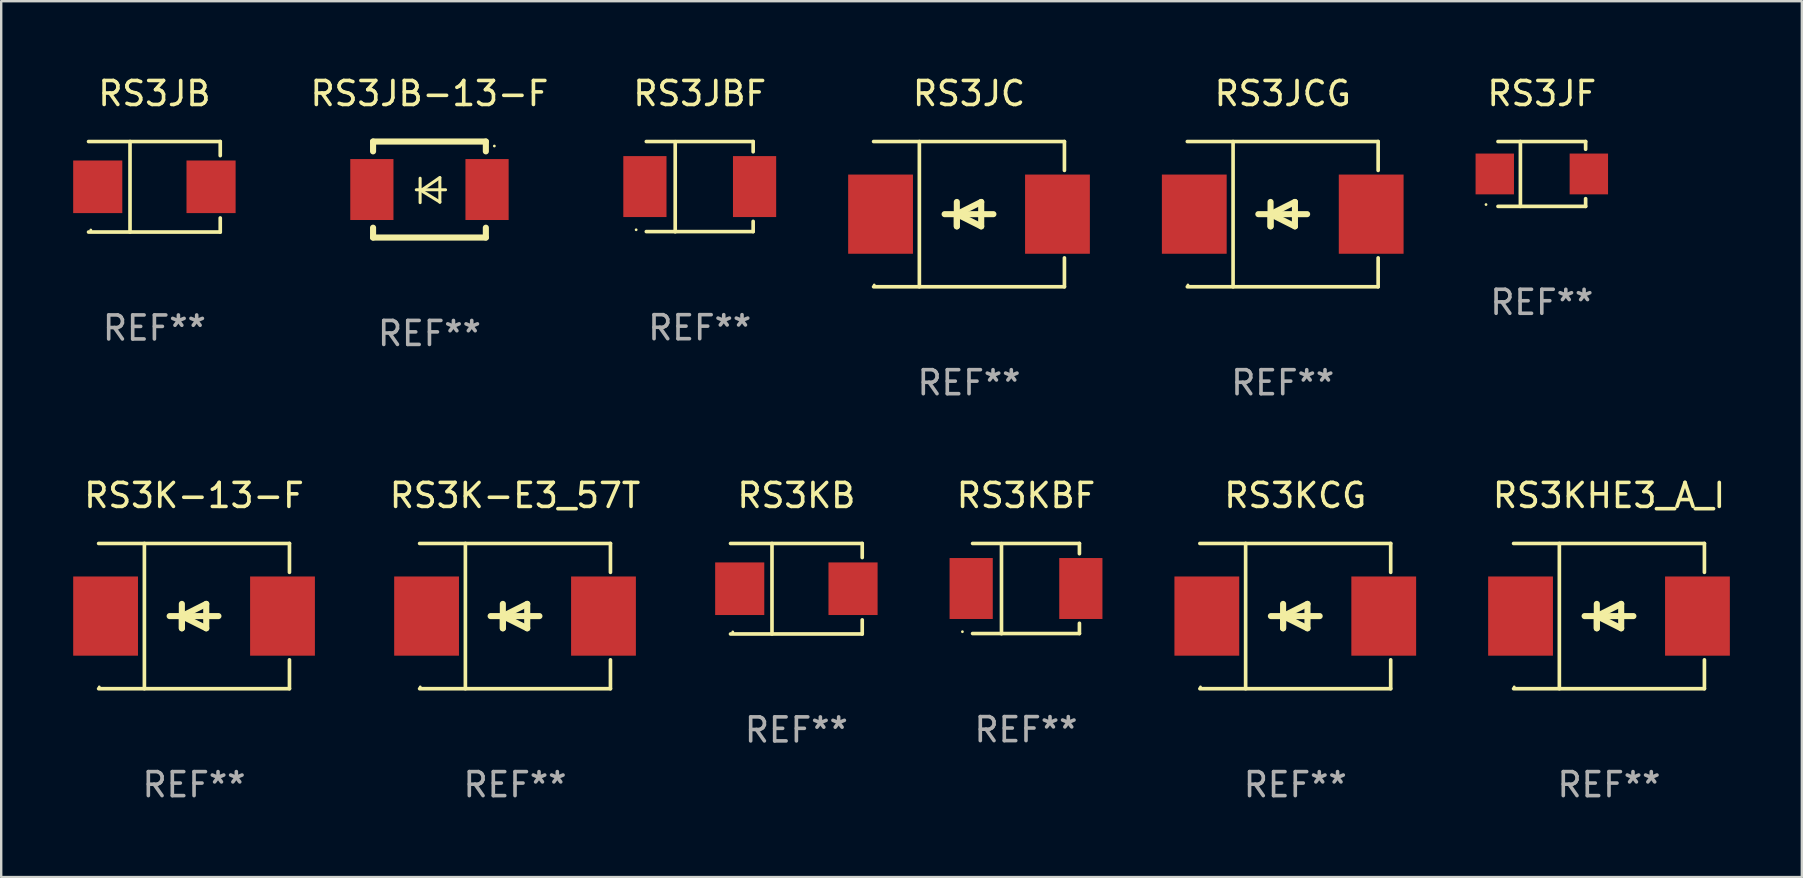
<source format=kicad_pcb>
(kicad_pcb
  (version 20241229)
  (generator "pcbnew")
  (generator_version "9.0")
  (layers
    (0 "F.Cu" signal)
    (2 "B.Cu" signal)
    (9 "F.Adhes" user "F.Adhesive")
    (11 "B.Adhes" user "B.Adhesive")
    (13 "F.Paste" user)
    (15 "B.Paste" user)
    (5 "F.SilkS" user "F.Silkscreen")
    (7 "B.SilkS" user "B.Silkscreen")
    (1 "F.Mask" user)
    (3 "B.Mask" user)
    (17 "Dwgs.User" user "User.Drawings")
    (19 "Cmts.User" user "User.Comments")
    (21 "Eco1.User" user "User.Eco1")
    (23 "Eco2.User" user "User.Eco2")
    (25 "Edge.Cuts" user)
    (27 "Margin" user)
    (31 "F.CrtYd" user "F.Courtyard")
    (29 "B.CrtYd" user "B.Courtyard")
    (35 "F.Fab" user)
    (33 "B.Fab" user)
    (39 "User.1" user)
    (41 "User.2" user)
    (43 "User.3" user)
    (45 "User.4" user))
  (footprint "RS3JF"
    (layer "F.Cu")
    (at 61.199 4.199)
    (property "Reference" "RS3JF" (at 0 -3.351 0) (layer "F.SilkS") (effects (font (size 1 1) (thickness 0.15))))
    (attr through_hole)
    (fp_line (start -1.826 -1.351) (end 1.826 -1.351) (stroke (width 0.152) (type solid)) (layer "F.SilkS"))
    (fp_line (start -1.826 1.351) (end 1.826 1.351) (stroke (width 0.152) (type solid)) (layer "F.SilkS"))
    (fp_line (start -0.892 -1.351) (end -0.892 1.351) (stroke (width 0.152) (type solid)) (layer "F.SilkS"))
    (fp_line (start 1.826 -1.351) (end 1.826 -1.03) (stroke (width 0.152) (type solid)) (layer "F.SilkS"))
    (fp_line (start 1.826 1.03) (end 1.826 1.351) (stroke (width 0.152) (type solid)) (layer "F.SilkS"))
    (fp_circle (center -2.325 1.275) (end -2.295 1.275) (stroke (width 0.06) (type solid)) (fill no) (layer "F.SilkS"))
    (fp_text user "REF**" (at 0 5.351 0) (layer "F.Fab") (effects (font (size 1 1) (thickness 0.15))))
    (pad "1" smd rect (at -1.96 0 180) (size 1.6 1.7) (layers "F.Cu" "F.Mask" "F.Paste"))
    (pad "2" smd rect (at 1.96 0 180) (size 1.6 1.7) (layers "F.Cu" "F.Mask" "F.Paste")))
  (footprint "RS3JBF"
    (layer "F.Cu")
    (at 26.109 4.728)
    (property "Reference" "RS3JBF" (at 0 -3.88 0) (layer "F.SilkS") (effects (font (size 1 1) (thickness 0.15))))
    (attr through_hole)
    (fp_line (start -2.226 -1.88) (end 2.226 -1.88) (stroke (width 0.152) (type solid)) (layer "F.SilkS"))
    (fp_line (start -2.226 1.873) (end 2.226 1.873) (stroke (width 0.152) (type solid)) (layer "F.SilkS"))
    (fp_line (start -1.022 -1.873) (end -1.022 1.88) (stroke (width 0.152) (type solid)) (layer "F.SilkS"))
    (fp_line (start 2.226 -1.88) (end 2.226 -1.453) (stroke (width 0.152) (type solid)) (layer "F.SilkS"))
    (fp_line (start 2.226 1.447) (end 2.226 1.873) (stroke (width 0.152) (type solid)) (layer "F.SilkS"))
    (fp_circle (center -2.65 1.797) (end -2.62 1.797) (stroke (width 0.06) (type solid)) (fill no) (layer "F.SilkS"))
    (fp_text user "REF**" (at 0 5.88 0) (layer "F.Fab") (effects (font (size 1 1) (thickness 0.15))))
    (pad "1" smd rect (at -2.285 -0.003) (size 1.8 2.54) (layers "F.Cu" "F.Mask" "F.Paste"))
    (pad "2" smd rect (at 2.285 -0.003) (size 1.8 2.54) (layers "F.Cu" "F.Mask" "F.Paste")))
  (footprint "RS3KBF"
    (layer "F.Cu")
    (at 39.705 21.477)
    (property "Reference" "RS3KBF" (at 0 -3.88 0) (layer "F.SilkS") (effects (font (size 1 1) (thickness 0.15))))
    (attr through_hole)
    (fp_line (start -2.226 -1.88) (end 2.226 -1.88) (stroke (width 0.152) (type solid)) (layer "F.SilkS"))
    (fp_line (start -2.226 1.873) (end 2.226 1.873) (stroke (width 0.152) (type solid)) (layer "F.SilkS"))
    (fp_line (start -1.022 -1.873) (end -1.022 1.88) (stroke (width 0.152) (type solid)) (layer "F.SilkS"))
    (fp_line (start 2.226 -1.88) (end 2.226 -1.453) (stroke (width 0.152) (type solid)) (layer "F.SilkS"))
    (fp_line (start 2.226 1.447) (end 2.226 1.873) (stroke (width 0.152) (type solid)) (layer "F.SilkS"))
    (fp_circle (center -2.65 1.797) (end -2.62 1.797) (stroke (width 0.06) (type solid)) (fill no) (layer "F.SilkS"))
    (fp_text user "REF**" (at 0 5.88 0) (layer "F.Fab") (effects (font (size 1 1) (thickness 0.15))))
    (pad "1" smd rect (at -2.285 -0.003) (size 1.8 2.54) (layers "F.Cu" "F.Mask" "F.Paste"))
    (pad "2" smd rect (at 2.285 -0.003) (size 1.8 2.54) (layers "F.Cu" "F.Mask" "F.Paste")))
  (footprint "RS3KHE3_A_I"
    (layer "F.Cu")
    (at 63.999 22.623)
    (property "Reference" "RS3KHE3_A_I" (at 0 -5.026 0) (layer "F.SilkS") (effects (font (size 1 1) (thickness 0.15))))
    (attr through_hole)
    (fp_line (start -3.976 -3.026) (end 3.976 -3.026) (stroke (width 0.152) (type solid)) (layer "F.SilkS"))
    (fp_line (start -3.976 3.026) (end 3.976 3.026) (stroke (width 0.152) (type solid)) (layer "F.SilkS"))
    (fp_line (start -2.069 -3.026) (end -2.069 3.026) (stroke (width 0.152) (type solid)) (layer "F.SilkS"))
    (fp_line (start -0.508 0) (end -0.508 0.508) (stroke (width 0.254) (type solid)) (layer "F.SilkS"))
    (fp_line (start -0.508 0) (end 0.508 0.508) (stroke (width 0.254) (type solid)) (layer "F.SilkS"))
    (fp_line (start -0.508 0.508) (end -0.508 -0.508) (stroke (width 0.254) (type solid)) (layer "F.SilkS"))
    (fp_line (start 0.508 -0.508) (end -0.508 0) (stroke (width 0.254) (type solid)) (layer "F.SilkS"))
    (fp_line (start 0.508 0.508) (end 0.508 -0.508) (stroke (width 0.254) (type solid)) (layer "F.SilkS"))
    (fp_line (start 1.016 0) (end -1.016 0) (stroke (width 0.254) (type solid)) (layer "F.SilkS"))
    (fp_line (start 3.976 -3.026) (end 3.976 -1.823) (stroke (width 0.152) (type solid)) (layer "F.SilkS"))
    (fp_line (start 3.976 3.026) (end 3.976 1.823) (stroke (width 0.152) (type solid)) (layer "F.SilkS"))
    (fp_circle (center -3.95 2.95) (end -3.92 2.95) (stroke (width 0.06) (type solid)) (fill no) (layer "F.SilkS"))
    (fp_text user "REF**" (at 0 7.026 0) (layer "F.Fab") (effects (font (size 1 1) (thickness 0.15))))
    (pad "1" smd rect (at -3.686 0) (size 2.7 3.3) (layers "F.Cu" "F.Mask" "F.Paste"))
    (pad "2" smd rect (at 3.686 0) (size 2.7 3.3) (layers "F.Cu" "F.Mask" "F.Paste")))
  (footprint "RS3KB"
    (layer "F.Cu")
    (at 30.136 21.483)
    (property "Reference" "RS3KB" (at 0 -3.886 0) (layer "F.SilkS") (effects (font (size 1 1) (thickness 0.15))))
    (attr through_hole)
    (fp_line (start -2.744 -1.886) (end 2.744 -1.886) (stroke (width 0.152) (type solid)) (layer "F.SilkS"))
    (fp_line (start -2.744 1.886) (end 2.744 1.886) (stroke (width 0.152) (type solid)) (layer "F.SilkS"))
    (fp_line (start -1.016 -1.886) (end -1.016 1.886) (stroke (width 0.152) (type solid)) (layer "F.SilkS"))
    (fp_line (start 2.744 -1.886) (end 2.744 -1.299) (stroke (width 0.152) (type solid)) (layer "F.SilkS"))
    (fp_line (start 2.744 1.886) (end 2.744 1.299) (stroke (width 0.152) (type solid)) (layer "F.SilkS"))
    (fp_circle (center -2.65 1.8) (end -2.62 1.8) (stroke (width 0.06) (type solid)) (fill no) (layer "F.SilkS"))
    (fp_text user "REF**" (at 0 5.886 0) (layer "F.Fab") (effects (font (size 1 1) (thickness 0.15))))
    (pad "1" smd rect (at -2.361 0) (size 2.047 2.192) (layers "F.Cu" "F.Mask" "F.Paste"))
    (pad "2" smd rect (at 2.361 0) (size 2.047 2.192) (layers "F.Cu" "F.Mask" "F.Paste")))
  (footprint "RS3JB-13-F"
    (layer "F.Cu")
    (at 14.846 4.848)
    (property "Reference" "RS3JB-13-F" (at 0 -4 0) (layer "F.SilkS") (effects (font (size 1 1) (thickness 0.15))))
    (attr through_hole)
    (fp_line (start -2.35 -2) (end -2.35 -1.591) (stroke (width 0.254) (type solid)) (layer "F.SilkS"))
    (fp_line (start -2.35 -2) (end 2.35 -2) (stroke (width 0.254) (type solid)) (layer "F.SilkS"))
    (fp_line (start -2.35 1.591) (end -2.35 2) (stroke (width 0.254) (type solid)) (layer "F.SilkS"))
    (fp_line (start -2.35 2) (end 2.35 2) (stroke (width 0.254) (type solid)) (layer "F.SilkS"))
    (fp_line (start -0.548 0.01) (end 0.671 0.01) (stroke (width 0.127) (type solid)) (layer "F.SilkS"))
    (fp_line (start -0.389 -0.47) (end -0.389 0.546) (stroke (width 0.127) (type solid)) (layer "F.SilkS"))
    (fp_line (start -0.35 0.04) (end 0.433 0.52) (stroke (width 0.127) (type solid)) (layer "F.SilkS"))
    (fp_line (start 0.433 -0.5) (end -0.35 0.04) (stroke (width 0.127) (type solid)) (layer "F.SilkS"))
    (fp_line (start 0.433 0.53) (end 0.433 -0.486) (stroke (width 0.127) (type solid)) (layer "F.SilkS"))
    (fp_line (start 2.35 -2) (end 2.35 -1.591) (stroke (width 0.254) (type solid)) (layer "F.SilkS"))
    (fp_line (start 2.35 1.591) (end 2.35 2) (stroke (width 0.254) (type solid)) (layer "F.SilkS"))
    (fp_circle (center 2.704 -1.813) (end 2.734 -1.813) (stroke (width 0.06) (type solid)) (fill no) (layer "F.SilkS"))
    (fp_text user "REF**" (at 0 6 0) (layer "F.Fab") (effects (font (size 1 1) (thickness 0.15))))
    (pad "1" smd rect (at 2.4 0) (size 1.8 2.54) (layers "F.Cu" "F.Mask" "F.Paste"))
    (pad "2" smd rect (at -2.4 0) (size 1.8 2.54) (layers "F.Cu" "F.Mask" "F.Paste")))
  (footprint "RS3KCG"
    (layer "F.Cu")
    (at 50.926 22.623)
    (property "Reference" "RS3KCG" (at 0 -5.026 0) (layer "F.SilkS") (effects (font (size 1 1) (thickness 0.15))))
    (attr through_hole)
    (fp_line (start -3.976 -3.026) (end 3.976 -3.026) (stroke (width 0.152) (type solid)) (layer "F.SilkS"))
    (fp_line (start -3.976 3.026) (end 3.976 3.026) (stroke (width 0.152) (type solid)) (layer "F.SilkS"))
    (fp_line (start -2.069 -3.026) (end -2.069 3.026) (stroke (width 0.152) (type solid)) (layer "F.SilkS"))
    (fp_line (start -0.508 0) (end -0.508 0.508) (stroke (width 0.254) (type solid)) (layer "F.SilkS"))
    (fp_line (start -0.508 0) (end 0.508 0.508) (stroke (width 0.254) (type solid)) (layer "F.SilkS"))
    (fp_line (start -0.508 0.508) (end -0.508 -0.508) (stroke (width 0.254) (type solid)) (layer "F.SilkS"))
    (fp_line (start 0.508 -0.508) (end -0.508 0) (stroke (width 0.254) (type solid)) (layer "F.SilkS"))
    (fp_line (start 0.508 0.508) (end 0.508 -0.508) (stroke (width 0.254) (type solid)) (layer "F.SilkS"))
    (fp_line (start 1.016 0) (end -1.016 0) (stroke (width 0.254) (type solid)) (layer "F.SilkS"))
    (fp_line (start 3.976 -3.026) (end 3.976 -1.823) (stroke (width 0.152) (type solid)) (layer "F.SilkS"))
    (fp_line (start 3.976 3.026) (end 3.976 1.823) (stroke (width 0.152) (type solid)) (layer "F.SilkS"))
    (fp_circle (center -3.95 2.95) (end -3.92 2.95) (stroke (width 0.06) (type solid)) (fill no) (layer "F.SilkS"))
    (fp_text user "REF**" (at 0 7.026 0) (layer "F.Fab") (effects (font (size 1 1) (thickness 0.15))))
    (pad "1" smd rect (at -3.686 0) (size 2.7 3.3) (layers "F.Cu" "F.Mask" "F.Paste"))
    (pad "2" smd rect (at 3.686 0) (size 2.7 3.3) (layers "F.Cu" "F.Mask" "F.Paste")))
  (footprint "RS3JB"
    (layer "F.Cu")
    (at 3.384 4.734)
    (property "Reference" "RS3JB" (at 0 -3.886 0) (layer "F.SilkS") (effects (font (size 1 1) (thickness 0.15))))
    (attr through_hole)
    (fp_line (start -2.744 -1.886) (end 2.744 -1.886) (stroke (width 0.152) (type solid)) (layer "F.SilkS"))
    (fp_line (start -2.744 1.886) (end 2.744 1.886) (stroke (width 0.152) (type solid)) (layer "F.SilkS"))
    (fp_line (start -1.016 -1.886) (end -1.016 1.886) (stroke (width 0.152) (type solid)) (layer "F.SilkS"))
    (fp_line (start 2.744 -1.886) (end 2.744 -1.299) (stroke (width 0.152) (type solid)) (layer "F.SilkS"))
    (fp_line (start 2.744 1.886) (end 2.744 1.299) (stroke (width 0.152) (type solid)) (layer "F.SilkS"))
    (fp_circle (center -2.65 1.8) (end -2.62 1.8) (stroke (width 0.06) (type solid)) (fill no) (layer "F.SilkS"))
    (fp_text user "REF**" (at 0 5.886 0) (layer "F.Fab") (effects (font (size 1 1) (thickness 0.15))))
    (pad "1" smd rect (at -2.361 0) (size 2.047 2.192) (layers "F.Cu" "F.Mask" "F.Paste"))
    (pad "2" smd rect (at 2.361 0) (size 2.047 2.192) (layers "F.Cu" "F.Mask" "F.Paste")))
  (footprint "RS3JCG"
    (layer "F.Cu")
    (at 50.403 5.874)
    (property "Reference" "RS3JCG" (at 0 -5.026 0) (layer "F.SilkS") (effects (font (size 1 1) (thickness 0.15))))
    (attr through_hole)
    (fp_line (start -3.976 -3.026) (end 3.976 -3.026) (stroke (width 0.152) (type solid)) (layer "F.SilkS"))
    (fp_line (start -3.976 3.026) (end 3.976 3.026) (stroke (width 0.152) (type solid)) (layer "F.SilkS"))
    (fp_line (start -2.069 -3.026) (end -2.069 3.026) (stroke (width 0.152) (type solid)) (layer "F.SilkS"))
    (fp_line (start -0.508 0) (end -0.508 0.508) (stroke (width 0.254) (type solid)) (layer "F.SilkS"))
    (fp_line (start -0.508 0) (end 0.508 0.508) (stroke (width 0.254) (type solid)) (layer "F.SilkS"))
    (fp_line (start -0.508 0.508) (end -0.508 -0.508) (stroke (width 0.254) (type solid)) (layer "F.SilkS"))
    (fp_line (start 0.508 -0.508) (end -0.508 0) (stroke (width 0.254) (type solid)) (layer "F.SilkS"))
    (fp_line (start 0.508 0.508) (end 0.508 -0.508) (stroke (width 0.254) (type solid)) (layer "F.SilkS"))
    (fp_line (start 1.016 0) (end -1.016 0) (stroke (width 0.254) (type solid)) (layer "F.SilkS"))
    (fp_line (start 3.976 -3.026) (end 3.976 -1.823) (stroke (width 0.152) (type solid)) (layer "F.SilkS"))
    (fp_line (start 3.976 3.026) (end 3.976 1.823) (stroke (width 0.152) (type solid)) (layer "F.SilkS"))
    (fp_circle (center -3.95 2.95) (end -3.92 2.95) (stroke (width 0.06) (type solid)) (fill no) (layer "F.SilkS"))
    (fp_text user "REF**" (at 0 7.026 0) (layer "F.Fab") (effects (font (size 1 1) (thickness 0.15))))
    (pad "1" smd rect (at -3.686 0) (size 2.7 3.3) (layers "F.Cu" "F.Mask" "F.Paste"))
    (pad "2" smd rect (at 3.686 0) (size 2.7 3.3) (layers "F.Cu" "F.Mask" "F.Paste")))
  (footprint "RS3K-13-F"
    (layer "F.Cu")
    (at 5.036 22.623)
    (property "Reference" "RS3K-13-F" (at 0 -5.026 0) (layer "F.SilkS") (effects (font (size 1 1) (thickness 0.15))))
    (attr through_hole)
    (fp_line (start -3.976 -3.026) (end 3.976 -3.026) (stroke (width 0.152) (type solid)) (layer "F.SilkS"))
    (fp_line (start -3.976 3.026) (end 3.976 3.026) (stroke (width 0.152) (type solid)) (layer "F.SilkS"))
    (fp_line (start -2.069 -3.026) (end -2.069 3.026) (stroke (width 0.152) (type solid)) (layer "F.SilkS"))
    (fp_line (start -0.508 0) (end -0.508 0.508) (stroke (width 0.254) (type solid)) (layer "F.SilkS"))
    (fp_line (start -0.508 0) (end 0.508 0.508) (stroke (width 0.254) (type solid)) (layer "F.SilkS"))
    (fp_line (start -0.508 0.508) (end -0.508 -0.508) (stroke (width 0.254) (type solid)) (layer "F.SilkS"))
    (fp_line (start 0.508 -0.508) (end -0.508 0) (stroke (width 0.254) (type solid)) (layer "F.SilkS"))
    (fp_line (start 0.508 0.508) (end 0.508 -0.508) (stroke (width 0.254) (type solid)) (layer "F.SilkS"))
    (fp_line (start 1.016 0) (end -1.016 0) (stroke (width 0.254) (type solid)) (layer "F.SilkS"))
    (fp_line (start 3.976 -3.026) (end 3.976 -1.823) (stroke (width 0.152) (type solid)) (layer "F.SilkS"))
    (fp_line (start 3.976 3.026) (end 3.976 1.823) (stroke (width 0.152) (type solid)) (layer "F.SilkS"))
    (fp_circle (center -3.95 2.95) (end -3.92 2.95) (stroke (width 0.06) (type solid)) (fill no) (layer "F.SilkS"))
    (fp_text user "REF**" (at 0 7.026 0) (layer "F.Fab") (effects (font (size 1 1) (thickness 0.15))))
    (pad "1" smd rect (at -3.686 0) (size 2.7 3.3) (layers "F.Cu" "F.Mask" "F.Paste"))
    (pad "2" smd rect (at 3.686 0) (size 2.7 3.3) (layers "F.Cu" "F.Mask" "F.Paste")))
  (footprint "RS3K-E3_57T"
    (layer "F.Cu")
    (at 18.412 22.623)
    (property "Reference" "RS3K-E3_57T" (at 0 -5.026 0) (layer "F.SilkS") (effects (font (size 1 1) (thickness 0.15))))
    (attr through_hole)
    (fp_line (start -3.976 -3.026) (end 3.976 -3.026) (stroke (width 0.152) (type solid)) (layer "F.SilkS"))
    (fp_line (start -3.976 3.026) (end 3.976 3.026) (stroke (width 0.152) (type solid)) (layer "F.SilkS"))
    (fp_line (start -2.069 -3.026) (end -2.069 3.026) (stroke (width 0.152) (type solid)) (layer "F.SilkS"))
    (fp_line (start -0.508 0) (end -0.508 0.508) (stroke (width 0.254) (type solid)) (layer "F.SilkS"))
    (fp_line (start -0.508 0) (end 0.508 0.508) (stroke (width 0.254) (type solid)) (layer "F.SilkS"))
    (fp_line (start -0.508 0.508) (end -0.508 -0.508) (stroke (width 0.254) (type solid)) (layer "F.SilkS"))
    (fp_line (start 0.508 -0.508) (end -0.508 0) (stroke (width 0.254) (type solid)) (layer "F.SilkS"))
    (fp_line (start 0.508 0.508) (end 0.508 -0.508) (stroke (width 0.254) (type solid)) (layer "F.SilkS"))
    (fp_line (start 1.016 0) (end -1.016 0) (stroke (width 0.254) (type solid)) (layer "F.SilkS"))
    (fp_line (start 3.976 -3.026) (end 3.976 -1.823) (stroke (width 0.152) (type solid)) (layer "F.SilkS"))
    (fp_line (start 3.976 3.026) (end 3.976 1.823) (stroke (width 0.152) (type solid)) (layer "F.SilkS"))
    (fp_circle (center -3.95 2.95) (end -3.92 2.95) (stroke (width 0.06) (type solid)) (fill no) (layer "F.SilkS"))
    (fp_text user "REF**" (at 0 7.026 0) (layer "F.Fab") (effects (font (size 1 1) (thickness 0.15))))
    (pad "1" smd rect (at -3.686 0) (size 2.7 3.3) (layers "F.Cu" "F.Mask" "F.Paste"))
    (pad "2" smd rect (at 3.686 0) (size 2.7 3.3) (layers "F.Cu" "F.Mask" "F.Paste")))
  (footprint "RS3JC"
    (layer "F.Cu")
    (at 37.33 5.874)
    (property "Reference" "RS3JC" (at 0 -5.026 0) (layer "F.SilkS") (effects (font (size 1 1) (thickness 0.15))))
    (attr through_hole)
    (fp_line (start -3.976 -3.026) (end 3.976 -3.026) (stroke (width 0.152) (type solid)) (layer "F.SilkS"))
    (fp_line (start -3.976 3.026) (end 3.976 3.026) (stroke (width 0.152) (type solid)) (layer "F.SilkS"))
    (fp_line (start -2.069 -3.026) (end -2.069 3.026) (stroke (width 0.152) (type solid)) (layer "F.SilkS"))
    (fp_line (start -0.508 0) (end -0.508 0.508) (stroke (width 0.254) (type solid)) (layer "F.SilkS"))
    (fp_line (start -0.508 0) (end 0.508 0.508) (stroke (width 0.254) (type solid)) (layer "F.SilkS"))
    (fp_line (start -0.508 0.508) (end -0.508 -0.508) (stroke (width 0.254) (type solid)) (layer "F.SilkS"))
    (fp_line (start 0.508 -0.508) (end -0.508 0) (stroke (width 0.254) (type solid)) (layer "F.SilkS"))
    (fp_line (start 0.508 0.508) (end 0.508 -0.508) (stroke (width 0.254) (type solid)) (layer "F.SilkS"))
    (fp_line (start 1.016 0) (end -1.016 0) (stroke (width 0.254) (type solid)) (layer "F.SilkS"))
    (fp_line (start 3.976 -3.026) (end 3.976 -1.823) (stroke (width 0.152) (type solid)) (layer "F.SilkS"))
    (fp_line (start 3.976 3.026) (end 3.976 1.823) (stroke (width 0.152) (type solid)) (layer "F.SilkS"))
    (fp_circle (center -3.95 2.95) (end -3.92 2.95) (stroke (width 0.06) (type solid)) (fill no) (layer "F.SilkS"))
    (fp_text user "REF**" (at 0 7.026 0) (layer "F.Fab") (effects (font (size 1 1) (thickness 0.15))))
    (pad "1" smd rect (at -3.686 0) (size 2.7 3.3) (layers "F.Cu" "F.Mask" "F.Paste"))
    (pad "2" smd rect (at 3.686 0) (size 2.7 3.3) (layers "F.Cu" "F.Mask" "F.Paste")))
  (gr_rect
    (start -3 -3)
    (end 72.035 33.498)
    (stroke (width 0.1) (type default))
    (fill no)
    (layer "Edge.Cuts")))
</source>
